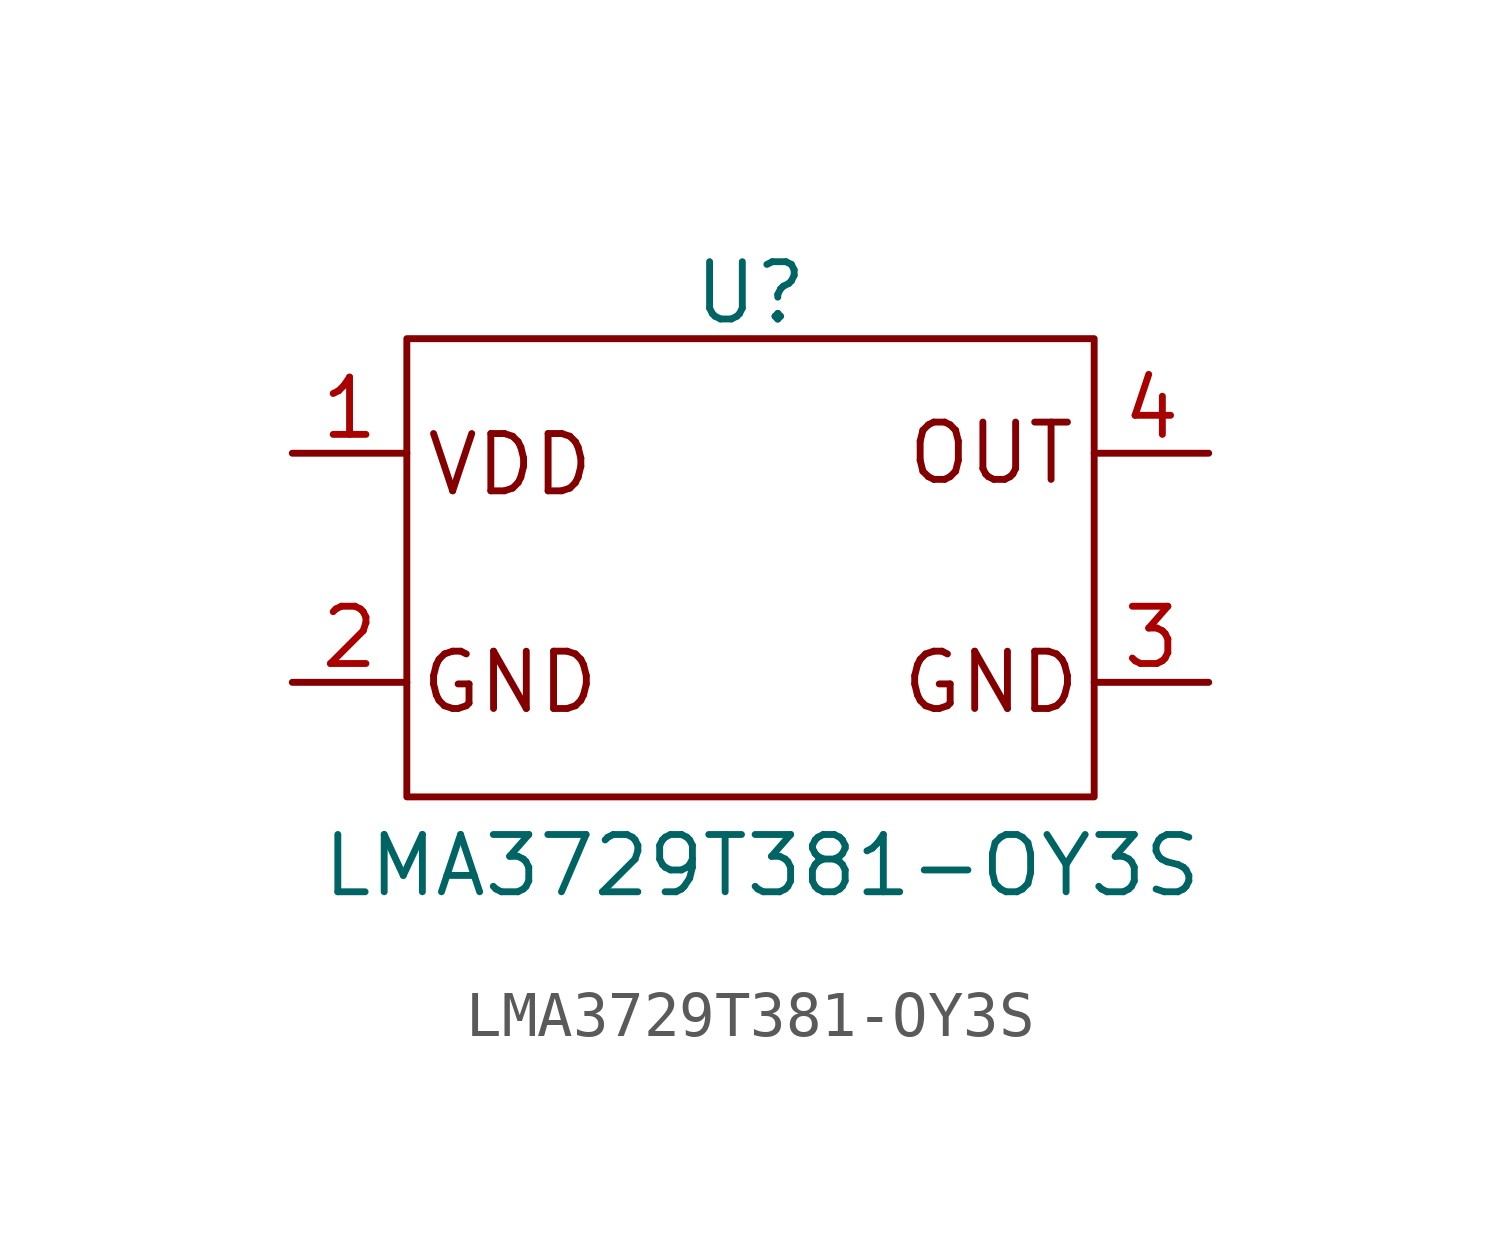
<source format=kicad_sym>
(kicad_symbol_lib
  (version 20241209)
  (generator "kicad_symbol_editor")
  (generator_version "9.0")
  (symbol "LMA3729T381-OY3S"
    (property "Reference" "U"
      (at 0 6.096 0)
      (effects (font (size 1.27 1.27))))
    (property "Value" "LMA3729T381-OY3S"
      (at 0.254 -6.604 0)
      (effects (font (size 1.27 1.27))))
    (symbol "LMA3729T381-OY3S_0_1"
      (rectangle (start -7.62 5.08) (end 7.62 -5.08) (stroke (width 0) (type default)) (fill (type none))))
    (symbol "LMA3729T381-OY3S_1_1"
      (text "VDD" (at -5.334 2.286 0) (effects (font (size 1.27 1.27))))
      (text "GND" (at -5.334 -2.54 0) (effects (font (size 1.27 1.27))))
      (text "OUT" (at 5.334 2.54 0) (effects (font (size 1.27 1.27))))
      (text "GND" (at 5.334 -2.54 0) (effects (font (size 1.27 1.27))))
      (pin power_in line (at -10.16 2.54 0) (length 2.54) (name "" (effects (font (size 1.27 1.27)))) (number "1" (effects (font (size 1.27 1.27)))))
      (pin output line (at -10.16 -2.54 0) (length 2.54) (name "" (effects (font (size 1.27 1.27)))) (number "2" (effects (font (size 1.27 1.27)))))
      (pin power_out line (at 10.16 2.54 180) (length 2.54) (name "" (effects (font (size 1.27 1.27)))) (number "4" (effects (font (size 1.27 1.27)))))
      (pin output line (at 10.16 -2.54 180) (length 2.54) (name "" (effects (font (size 1.27 1.27)))) (number "3" (effects (font (size 1.27 1.27))))))))
</source>
